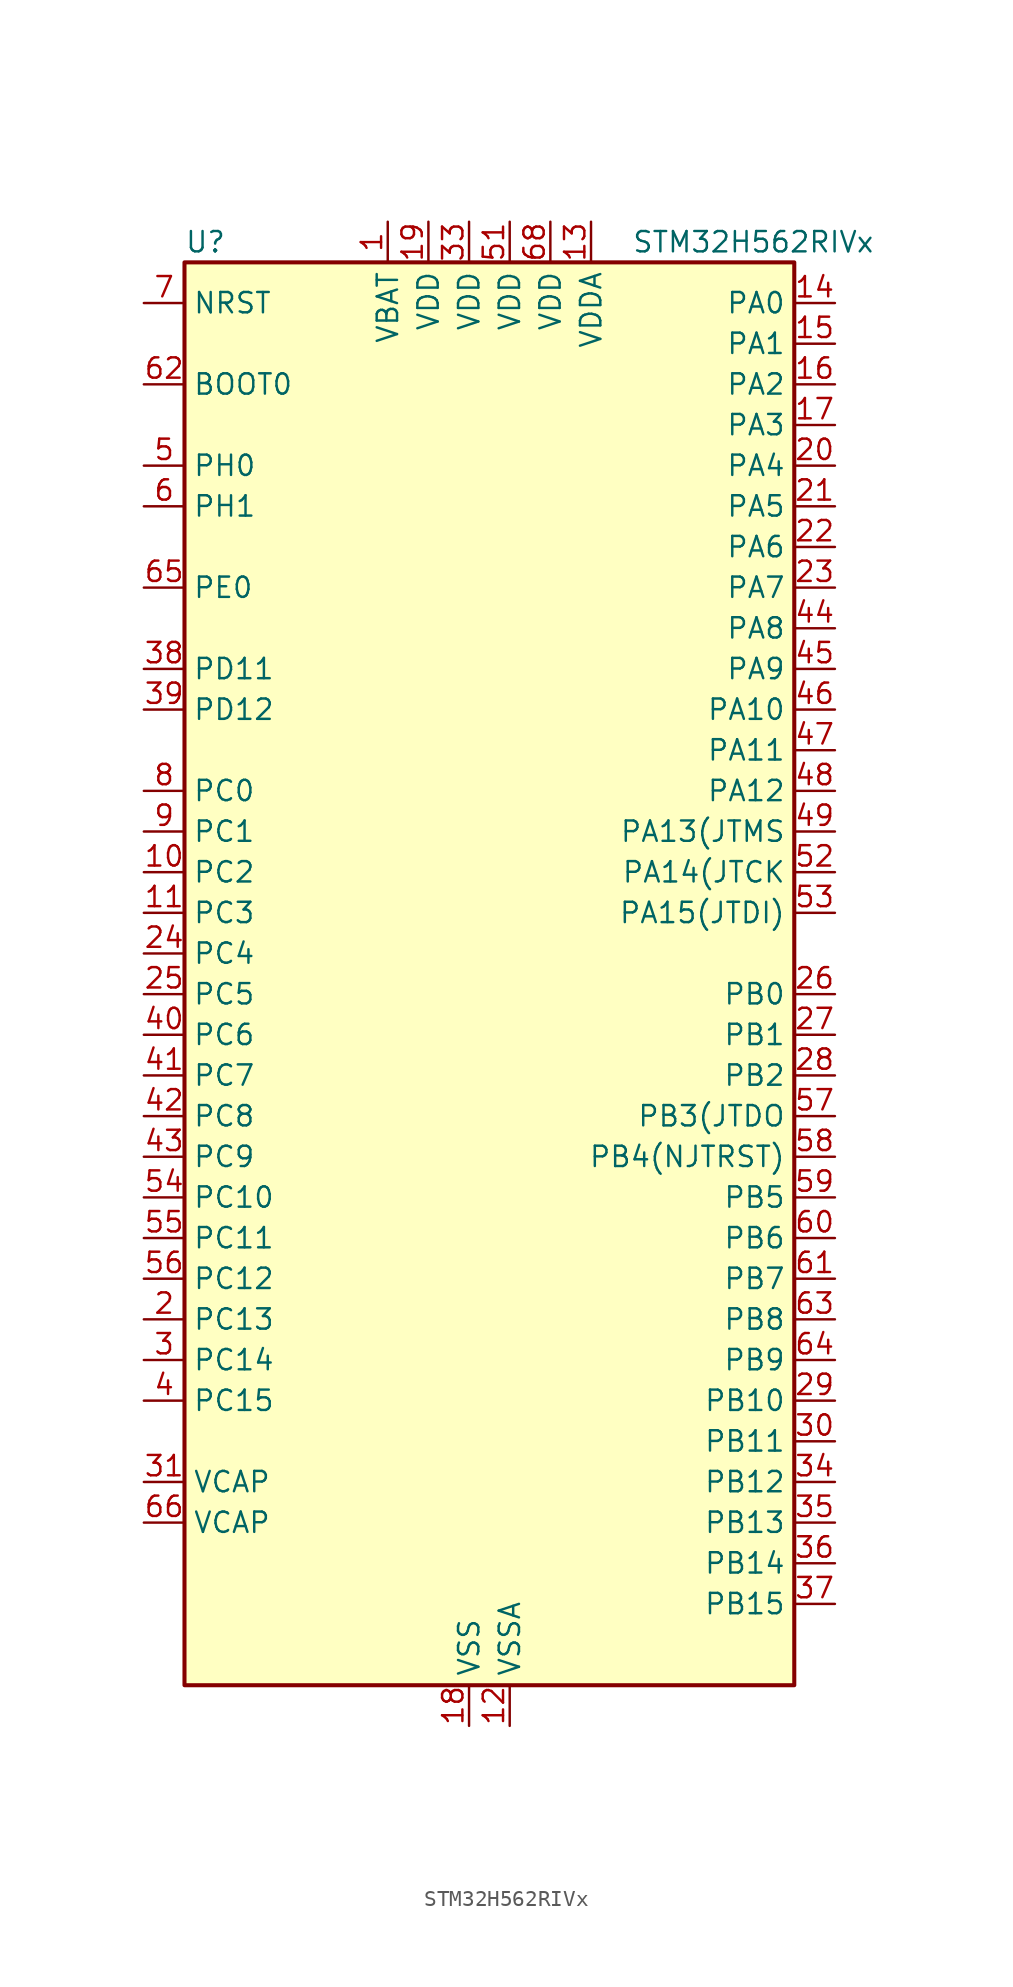
<source format=kicad_sym>
(kicad_symbol_lib
  (version 20231120)
  (generator "kicad-library-utils")
  (generator_version "8.0")
  (symbol "STM32H562RIVx"
    (property "Reference" "U"
      (at -17.78 46.99 0)
      (effects (font (size 1.27 1.27)) (justify left)))
    (property "Value" "STM32H562RIVx"
      (at 10.16 46.99 0)
      (effects (font (size 1.27 1.27)) (justify left)))
    (symbol "STM32H562RIVx_0_1"
      (rectangle (start -17.78 -43.18) (end 20.32 45.72) (stroke (width 0.254) (type default)) (fill (type background))))
    (symbol "STM32H562RIVx_1_1"
      (pin power_in line (at -5.08 48.26 270) (length 2.54) (name "VBAT" (effects (font (size 1.27 1.27)))) (number "1" (effects (font (size 1.27 1.27)))))
      (pin bidirectional line (at -20.32 7.62 0) (length 2.54) (name "PC2" (effects (font (size 1.27 1.27)))) (number "10" (effects (font (size 1.27 1.27)))) (alternate "ADC1_INN11" bidirectional line) (alternate "ADC1_INP12" bidirectional line) (alternate "ADC2_INN11" bidirectional line) (alternate "ADC2_INP12" bidirectional line) (alternate "I2S2_SDI" bidirectional line) (alternate "OCTOSPI1_IO2" bidirectional line) (alternate "OCTOSPI1_IO5" bidirectional line) (alternate "PWR_CSLEEP" bidirectional line) (alternate "SPI2_MISO" bidirectional line) (alternate "TIM17_CH1" bidirectional line) (alternate "TIM4_CH4" bidirectional line))
      (pin bidirectional line (at -20.32 5.08 0) (length 2.54) (name "PC3" (effects (font (size 1.27 1.27)))) (number "11" (effects (font (size 1.27 1.27)))) (alternate "ADC1_INN12" bidirectional line) (alternate "ADC1_INP13" bidirectional line) (alternate "ADC2_INN12" bidirectional line) (alternate "ADC2_INP13" bidirectional line) (alternate "I2S2_SDO" bidirectional line) (alternate "LPTIM3_CH1" bidirectional line) (alternate "OCTOSPI1_IO0" bidirectional line) (alternate "OCTOSPI1_IO6" bidirectional line) (alternate "PWR_CSTOP" bidirectional line) (alternate "SAI1_D3" bidirectional line) (alternate "SPI2_MOSI" bidirectional line))
      (pin power_in line (at 2.54 -45.72 90) (length 2.54) (name "VSSA" (effects (font (size 1.27 1.27)))) (number "12" (effects (font (size 1.27 1.27)))))
      (pin power_in line (at 7.62 48.26 270) (length 2.54) (name "VDDA" (effects (font (size 1.27 1.27)))) (number "13" (effects (font (size 1.27 1.27)))))
      (pin bidirectional line (at 22.86 43.18 180) (length 2.54) (name "PA0" (effects (font (size 1.27 1.27)))) (number "14" (effects (font (size 1.27 1.27)))) (alternate "ADC1_INN1" bidirectional line) (alternate "ADC1_INP0" bidirectional line) (alternate "ADC2_INN1" bidirectional line) (alternate "ADC2_INP0" bidirectional line) (alternate "PWR_WKUP1" bidirectional line) (alternate "SAI2_SD_B" bidirectional line) (alternate "SPI3_RDY" bidirectional line) (alternate "SPI6_NSS" bidirectional line) (alternate "TAMP_IN2" bidirectional line) (alternate "TAMP_OUT1" bidirectional line) (alternate "TIM15_BKIN" bidirectional line) (alternate "TIM2_CH1" bidirectional line) (alternate "TIM2_ETR" bidirectional line) (alternate "TIM5_CH1" bidirectional line) (alternate "TIM8_ETR" bidirectional line) (alternate "UART4_TX" bidirectional line) (alternate "USART2_CTS" bidirectional line) (alternate "USART2_NSS" bidirectional line))
      (pin bidirectional line (at 22.86 40.64 180) (length 2.54) (name "PA1" (effects (font (size 1.27 1.27)))) (number "15" (effects (font (size 1.27 1.27)))) (alternate "ADC1_INP1" bidirectional line) (alternate "ADC2_INP1" bidirectional line) (alternate "LPTIM1_IN1" bidirectional line) (alternate "OCTOSPI1_DQS" bidirectional line) (alternate "OCTOSPI1_IO3" bidirectional line) (alternate "SAI2_MCLK_B" bidirectional line) (alternate "TAMP_IN5" bidirectional line) (alternate "TAMP_OUT4" bidirectional line) (alternate "TIM15_CH1N" bidirectional line) (alternate "TIM2_CH2" bidirectional line) (alternate "TIM5_CH2" bidirectional line) (alternate "UART4_RX" bidirectional line) (alternate "USART2_RTS" bidirectional line))
      (pin bidirectional line (at 22.86 38.1 180) (length 2.54) (name "PA2" (effects (font (size 1.27 1.27)))) (number "16" (effects (font (size 1.27 1.27)))) (alternate "ADC1_INP14" bidirectional line) (alternate "ADC2_INP14" bidirectional line) (alternate "LPTIM1_IN2" bidirectional line) (alternate "PWR_WKUP2" bidirectional line) (alternate "SAI2_SCK_B" bidirectional line) (alternate "TAMP_IN4" bidirectional line) (alternate "TAMP_OUT3" bidirectional line) (alternate "TIM15_CH1" bidirectional line) (alternate "TIM2_CH3" bidirectional line) (alternate "TIM5_CH3" bidirectional line) (alternate "USART2_TX" bidirectional line))
      (pin bidirectional line (at 22.86 35.56 180) (length 2.54) (name "PA3" (effects (font (size 1.27 1.27)))) (number "17" (effects (font (size 1.27 1.27)))) (alternate "ADC1_INP15" bidirectional line) (alternate "ADC2_INP15" bidirectional line) (alternate "I2S2_WS" bidirectional line) (alternate "OCTOSPI1_CLK" bidirectional line) (alternate "SAI1_SD_B" bidirectional line) (alternate "SPI2_NSS" bidirectional line) (alternate "TIM15_CH2" bidirectional line) (alternate "TIM2_CH4" bidirectional line) (alternate "TIM5_CH4" bidirectional line) (alternate "USART2_RX" bidirectional line))
      (pin power_in line (at 0 -45.72 90) (length 2.54) (name "VSS" (effects (font (size 1.27 1.27)))) (number "18" (effects (font (size 1.27 1.27)))))
      (pin power_in line (at -2.54 48.26 270) (length 2.54) (name "VDD" (effects (font (size 1.27 1.27)))) (number "19" (effects (font (size 1.27 1.27)))))
      (pin bidirectional line (at -20.32 -20.32 0) (length 2.54) (name "PC13" (effects (font (size 1.27 1.27)))) (number "2" (effects (font (size 1.27 1.27)))) (alternate "PWR_WKUP4" bidirectional line) (alternate "RTC_OUT1" bidirectional line) (alternate "RTC_TS" bidirectional line) (alternate "TAMP_IN1" bidirectional line) (alternate "TAMP_OUT2" bidirectional line) (alternate "TAMP_OUT3" bidirectional line))
      (pin bidirectional line (at 22.86 33.02 180) (length 2.54) (name "PA4" (effects (font (size 1.27 1.27)))) (number "20" (effects (font (size 1.27 1.27)))) (alternate "ADC1_INP18" bidirectional line) (alternate "ADC2_INP18" bidirectional line) (alternate "DAC1_OUT1" bidirectional line) (alternate "DCMI_HSYNC" bidirectional line) (alternate "I2S1_WS" bidirectional line) (alternate "I2S3_WS" bidirectional line) (alternate "LPTIM2_CH1" bidirectional line) (alternate "PSSI_DE" bidirectional line) (alternate "SPI1_NSS" bidirectional line) (alternate "SPI3_NSS" bidirectional line) (alternate "SPI6_NSS" bidirectional line) (alternate "TIM5_ETR" bidirectional line) (alternate "USART2_CK" bidirectional line))
      (pin bidirectional line (at 22.86 30.48 180) (length 2.54) (name "PA5" (effects (font (size 1.27 1.27)))) (number "21" (effects (font (size 1.27 1.27)))) (alternate "ADC1_INN18" bidirectional line) (alternate "ADC1_INP19" bidirectional line) (alternate "ADC2_INN18" bidirectional line) (alternate "ADC2_INP19" bidirectional line) (alternate "DAC1_OUT2" bidirectional line) (alternate "I2S1_CK" bidirectional line) (alternate "PSSI_D14" bidirectional line) (alternate "SPI1_SCK" bidirectional line) (alternate "SPI6_SCK" bidirectional line) (alternate "TIM2_CH1" bidirectional line) (alternate "TIM2_ETR" bidirectional line) (alternate "TIM8_CH1N" bidirectional line))
      (pin bidirectional line (at 22.86 27.94 180) (length 2.54) (name "PA6" (effects (font (size 1.27 1.27)))) (number "22" (effects (font (size 1.27 1.27)))) (alternate "ADC1_INP3" bidirectional line) (alternate "ADC2_INP3" bidirectional line) (alternate "DCMI_PIXCLK" bidirectional line) (alternate "I2S1_SDI" bidirectional line) (alternate "OCTOSPI1_IO3" bidirectional line) (alternate "PSSI_PDCK" bidirectional line) (alternate "SPI1_MISO" bidirectional line) (alternate "SPI6_MISO" bidirectional line) (alternate "TIM13_CH1" bidirectional line) (alternate "TIM1_BKIN" bidirectional line) (alternate "TIM3_CH1" bidirectional line) (alternate "TIM8_BKIN" bidirectional line) (alternate "USART11_TX" bidirectional line))
      (pin bidirectional line (at 22.86 25.4 180) (length 2.54) (name "PA7" (effects (font (size 1.27 1.27)))) (number "23" (effects (font (size 1.27 1.27)))) (alternate "ADC1_INN3" bidirectional line) (alternate "ADC1_INP7" bidirectional line) (alternate "ADC2_INN3" bidirectional line) (alternate "ADC2_INP7" bidirectional line) (alternate "I2S1_SDO" bidirectional line) (alternate "OCTOSPI1_IO2" bidirectional line) (alternate "SPI1_MOSI" bidirectional line) (alternate "SPI6_MOSI" bidirectional line) (alternate "TIM14_CH1" bidirectional line) (alternate "TIM1_CH1N" bidirectional line) (alternate "TIM3_CH2" bidirectional line) (alternate "TIM8_CH1N" bidirectional line) (alternate "USART11_RX" bidirectional line))
      (pin bidirectional line (at -20.32 2.54 0) (length 2.54) (name "PC4" (effects (font (size 1.27 1.27)))) (number "24" (effects (font (size 1.27 1.27)))) (alternate "ADC1_INP4" bidirectional line) (alternate "ADC2_INP4" bidirectional line) (alternate "I2S1_MCK" bidirectional line) (alternate "LPTIM2_ETR" bidirectional line) (alternate "SAI1_CK1" bidirectional line) (alternate "TIM2_CH4" bidirectional line) (alternate "USART3_RX" bidirectional line))
      (pin bidirectional line (at -20.32 0 0) (length 2.54) (name "PC5" (effects (font (size 1.27 1.27)))) (number "25" (effects (font (size 1.27 1.27)))) (alternate "ADC1_INN4" bidirectional line) (alternate "ADC1_INP8" bidirectional line) (alternate "ADC2_INN4" bidirectional line) (alternate "ADC2_INP8" bidirectional line) (alternate "OCTOSPI1_DQS" bidirectional line) (alternate "PSSI_D15" bidirectional line) (alternate "SAI1_D3" bidirectional line) (alternate "SAI1_FS_A" bidirectional line) (alternate "TIM1_CH4N" bidirectional line))
      (pin bidirectional line (at 22.86 0 180) (length 2.54) (name "PB0" (effects (font (size 1.27 1.27)))) (number "26" (effects (font (size 1.27 1.27)))) (alternate "ADC1_INN5" bidirectional line) (alternate "ADC1_INP9" bidirectional line) (alternate "ADC2_INN5" bidirectional line) (alternate "ADC2_INP9" bidirectional line) (alternate "LPTIM3_CH1" bidirectional line) (alternate "OCTOSPI1_IO1" bidirectional line) (alternate "TIM1_CH2N" bidirectional line) (alternate "TIM3_CH3" bidirectional line) (alternate "TIM8_CH2N" bidirectional line) (alternate "UART4_CTS" bidirectional line) (alternate "USART11_CK" bidirectional line))
      (pin bidirectional line (at 22.86 -2.54 180) (length 2.54) (name "PB1" (effects (font (size 1.27 1.27)))) (number "27" (effects (font (size 1.27 1.27)))) (alternate "ADC1_INP5" bidirectional line) (alternate "ADC2_INP5" bidirectional line) (alternate "LPTIM3_CH2" bidirectional line) (alternate "OCTOSPI1_IO0" bidirectional line) (alternate "TIM1_CH3N" bidirectional line) (alternate "TIM3_CH4" bidirectional line) (alternate "TIM8_CH3N" bidirectional line))
      (pin bidirectional line (at 22.86 -5.08 180) (length 2.54) (name "PB2" (effects (font (size 1.27 1.27)))) (number "28" (effects (font (size 1.27 1.27)))) (alternate "I2S3_SDO" bidirectional line) (alternate "LPTIM1_CH1" bidirectional line) (alternate "LPTIM5_ETR" bidirectional line) (alternate "OCTOSPI1_CLK" bidirectional line) (alternate "OCTOSPI1_DQS" bidirectional line) (alternate "RCC_LSCO" bidirectional line) (alternate "RTC_OUT2" bidirectional line) (alternate "SAI1_D1" bidirectional line) (alternate "SAI1_SD_A" bidirectional line) (alternate "SDMMC1_CMD" bidirectional line) (alternate "SPI1_RDY" bidirectional line) (alternate "SPI3_MOSI" bidirectional line) (alternate "TIM8_CH4N" bidirectional line))
      (pin bidirectional line (at 22.86 -25.4 180) (length 2.54) (name "PB10" (effects (font (size 1.27 1.27)))) (number "29" (effects (font (size 1.27 1.27)))) (alternate "I2C2_SCL" bidirectional line) (alternate "I2S2_CK" bidirectional line) (alternate "LPTIM2_IN1" bidirectional line) (alternate "LPTIM3_CH1" bidirectional line) (alternate "OCTOSPI1_NCS" bidirectional line) (alternate "SPI2_SCK" bidirectional line) (alternate "TIM2_CH3" bidirectional line) (alternate "USART3_TX" bidirectional line))
      (pin bidirectional line (at -20.32 -22.86 0) (length 2.54) (name "PC14" (effects (font (size 1.27 1.27)))) (number "3" (effects (font (size 1.27 1.27)))) (alternate "RCC_OSC32_IN" bidirectional line))
      (pin bidirectional line (at 22.86 -27.94 180) (length 2.54) (name "PB11" (effects (font (size 1.27 1.27)))) (number "30" (effects (font (size 1.27 1.27)))) (alternate "ADC1_EXTI11" bidirectional line) (alternate "ADC2_EXTI11" bidirectional line) (alternate "I2C2_SDA" bidirectional line) (alternate "LPTIM2_ETR" bidirectional line) (alternate "SPI2_RDY" bidirectional line) (alternate "TIM2_CH4" bidirectional line) (alternate "USART3_RX" bidirectional line))
      (pin power_out line (at -20.32 -30.48 0) (length 2.54) (name "VCAP" (effects (font (size 1.27 1.27)))) (number "31" (effects (font (size 1.27 1.27)))))
      (pin passive line (at 0 -45.72 90) (length 2.54) hide (name "VSS" (effects (font (size 1.27 1.27)))) (number "32" (effects (font (size 1.27 1.27)))))
      (pin power_in line (at 0 48.26 270) (length 2.54) (name "VDD" (effects (font (size 1.27 1.27)))) (number "33" (effects (font (size 1.27 1.27)))))
      (pin bidirectional line (at 22.86 -30.48 180) (length 2.54) (name "PB12" (effects (font (size 1.27 1.27)))) (number "34" (effects (font (size 1.27 1.27)))) (alternate "I2C2_SDA" bidirectional line) (alternate "I2S2_WS" bidirectional line) (alternate "OCTOSPI1_NCLK" bidirectional line) (alternate "SPI2_NSS" bidirectional line) (alternate "TIM1_BKIN" bidirectional line) (alternate "UART5_RX" bidirectional line) (alternate "UCPD1_FRSTX" bidirectional line) (alternate "USART3_CK" bidirectional line))
      (pin bidirectional line (at 22.86 -33.02 180) (length 2.54) (name "PB13" (effects (font (size 1.27 1.27)))) (number "35" (effects (font (size 1.27 1.27)))) (alternate "I2C2_SMBA" bidirectional line) (alternate "I2S2_CK" bidirectional line) (alternate "LPTIM2_CH1" bidirectional line) (alternate "LPTIM3_IN1" bidirectional line) (alternate "SDMMC1_D0" bidirectional line) (alternate "SPI2_SCK" bidirectional line) (alternate "TIM1_CH1N" bidirectional line) (alternate "UART5_TX" bidirectional line) (alternate "UCPD1_CC1" bidirectional line) (alternate "USART3_CTS" bidirectional line) (alternate "USART3_NSS" bidirectional line))
      (pin bidirectional line (at 22.86 -35.56 180) (length 2.54) (name "PB14" (effects (font (size 1.27 1.27)))) (number "36" (effects (font (size 1.27 1.27)))) (alternate "I2S2_SDI" bidirectional line) (alternate "LPTIM3_ETR" bidirectional line) (alternate "SPI2_MISO" bidirectional line) (alternate "TIM12_CH1" bidirectional line) (alternate "TIM1_CH2N" bidirectional line) (alternate "TIM8_CH2N" bidirectional line) (alternate "UART4_DE" bidirectional line) (alternate "UART4_RTS" bidirectional line) (alternate "UCPD1_CC2" bidirectional line) (alternate "USART1_TX" bidirectional line) (alternate "USART3_RTS" bidirectional line))
      (pin bidirectional line (at 22.86 -38.1 180) (length 2.54) (name "PB15" (effects (font (size 1.27 1.27)))) (number "37" (effects (font (size 1.27 1.27)))) (alternate "ADC1_EXTI15" bidirectional line) (alternate "ADC2_EXTI15" bidirectional line) (alternate "DCMI_D2" bidirectional line) (alternate "I2S2_SDO" bidirectional line) (alternate "OCTOSPI1_CLK" bidirectional line) (alternate "PSSI_D2" bidirectional line) (alternate "PWR_PVD_IN" bidirectional line) (alternate "RTC_REFIN" bidirectional line) (alternate "SPI2_MOSI" bidirectional line) (alternate "TIM12_CH2" bidirectional line) (alternate "TIM1_CH3N" bidirectional line) (alternate "TIM8_CH3N" bidirectional line) (alternate "UART4_CTS" bidirectional line) (alternate "UART5_RX" bidirectional line) (alternate "USART11_CTS" bidirectional line) (alternate "USART11_NSS" bidirectional line) (alternate "USART1_RX" bidirectional line))
      (pin bidirectional line (at -20.32 20.32 0) (length 2.54) (name "PD11" (effects (font (size 1.27 1.27)))) (number "38" (effects (font (size 1.27 1.27)))) (alternate "ADC1_EXTI11" bidirectional line) (alternate "ADC2_EXTI11" bidirectional line) (alternate "I2C4_SMBA" bidirectional line) (alternate "LPTIM2_IN2" bidirectional line) (alternate "OCTOSPI1_IO0" bidirectional line) (alternate "SAI1_CK1" bidirectional line) (alternate "SAI2_SD_A" bidirectional line) (alternate "UART4_RX" bidirectional line) (alternate "USART3_CTS" bidirectional line) (alternate "USART3_NSS" bidirectional line))
      (pin bidirectional line (at -20.32 17.78 0) (length 2.54) (name "PD12" (effects (font (size 1.27 1.27)))) (number "39" (effects (font (size 1.27 1.27)))) (alternate "DCMI_D12" bidirectional line) (alternate "I2C4_SCL" bidirectional line) (alternate "I3C1_SCL" bidirectional line) (alternate "LPTIM1_IN1" bidirectional line) (alternate "LPTIM2_IN1" bidirectional line) (alternate "OCTOSPI1_IO1" bidirectional line) (alternate "PSSI_D12" bidirectional line) (alternate "SAI1_D1" bidirectional line) (alternate "SAI2_FS_A" bidirectional line) (alternate "TIM4_CH1" bidirectional line) (alternate "UART4_TX" bidirectional line) (alternate "USART3_RTS" bidirectional line))
      (pin bidirectional line (at -20.32 -25.4 0) (length 2.54) (name "PC15" (effects (font (size 1.27 1.27)))) (number "4" (effects (font (size 1.27 1.27)))) (alternate "ADC1_EXTI15" bidirectional line) (alternate "ADC2_EXTI15" bidirectional line) (alternate "RCC_OSC32_OUT" bidirectional line))
      (pin bidirectional line (at -20.32 -2.54 0) (length 2.54) (name "PC6" (effects (font (size 1.27 1.27)))) (number "40" (effects (font (size 1.27 1.27)))) (alternate "DCMI_D0" bidirectional line) (alternate "I2S2_MCK" bidirectional line) (alternate "OCTOSPI1_IO5" bidirectional line) (alternate "PSSI_D0" bidirectional line) (alternate "SAI1_SCK_A" bidirectional line) (alternate "SDMMC1_D0DIR" bidirectional line) (alternate "SDMMC1_D6" bidirectional line) (alternate "TIM3_CH1" bidirectional line) (alternate "TIM8_CH1" bidirectional line) (alternate "USART6_TX" bidirectional line))
      (pin bidirectional line (at -20.32 -5.08 0) (length 2.54) (name "PC7" (effects (font (size 1.27 1.27)))) (number "41" (effects (font (size 1.27 1.27)))) (alternate "DCMI_D1" bidirectional line) (alternate "DEBUG_TRGIO" bidirectional line) (alternate "I2S3_MCK" bidirectional line) (alternate "OCTOSPI1_IO6" bidirectional line) (alternate "PSSI_D1" bidirectional line) (alternate "SDMMC1_D123DIR" bidirectional line) (alternate "SDMMC1_D7" bidirectional line) (alternate "TIM3_CH2" bidirectional line) (alternate "TIM8_CH2" bidirectional line) (alternate "USART6_RX" bidirectional line))
      (pin bidirectional line (at -20.32 -7.62 0) (length 2.54) (name "PC8" (effects (font (size 1.27 1.27)))) (number "42" (effects (font (size 1.27 1.27)))) (alternate "DCMI_D2" bidirectional line) (alternate "DEBUG_TRACED1" bidirectional line) (alternate "PSSI_D2" bidirectional line) (alternate "SDMMC1_D0" bidirectional line) (alternate "TIM3_CH3" bidirectional line) (alternate "TIM8_CH3" bidirectional line) (alternate "UART5_DE" bidirectional line) (alternate "UART5_RTS" bidirectional line) (alternate "USART6_CK" bidirectional line))
      (pin bidirectional line (at -20.32 -10.16 0) (length 2.54) (name "PC9" (effects (font (size 1.27 1.27)))) (number "43" (effects (font (size 1.27 1.27)))) (alternate "AUDIOCLK" bidirectional line) (alternate "DAC1_EXTI9" bidirectional line) (alternate "DCMI_D3" bidirectional line) (alternate "I2C3_SDA" bidirectional line) (alternate "OCTOSPI1_IO0" bidirectional line) (alternate "PSSI_D3" bidirectional line) (alternate "RCC_MCO_2" bidirectional line) (alternate "SDMMC1_D1" bidirectional line) (alternate "TIM3_CH4" bidirectional line) (alternate "TIM8_CH4" bidirectional line) (alternate "UART5_CTS" bidirectional line) (alternate "UCPD1_DB2" bidirectional line))
      (pin bidirectional line (at 22.86 22.86 180) (length 2.54) (name "PA8" (effects (font (size 1.27 1.27)))) (number "44" (effects (font (size 1.27 1.27)))) (alternate "DCMI_D3" bidirectional line) (alternate "I2C3_SCL" bidirectional line) (alternate "PSSI_D3" bidirectional line) (alternate "RCC_MCO_1" bidirectional line) (alternate "SPI1_RDY" bidirectional line) (alternate "TIM1_CH1" bidirectional line) (alternate "TIM8_BKIN2" bidirectional line) (alternate "UART7_RX" bidirectional line) (alternate "USART1_CK" bidirectional line) (alternate "USB_SOF" bidirectional line))
      (pin bidirectional line (at 22.86 20.32 180) (length 2.54) (name "PA9" (effects (font (size 1.27 1.27)))) (number "45" (effects (font (size 1.27 1.27)))) (alternate "DAC1_EXTI9" bidirectional line) (alternate "DCMI_D0" bidirectional line) (alternate "I2C3_SMBA" bidirectional line) (alternate "I2S2_CK" bidirectional line) (alternate "LPUART1_TX" bidirectional line) (alternate "PSSI_D0" bidirectional line) (alternate "SPI2_SCK" bidirectional line) (alternate "TIM1_CH2" bidirectional line) (alternate "UCPD1_DB1" bidirectional line) (alternate "USART1_TX" bidirectional line))
      (pin bidirectional line (at 22.86 17.78 180) (length 2.54) (name "PA10" (effects (font (size 1.27 1.27)))) (number "46" (effects (font (size 1.27 1.27)))) (alternate "DCMI_D1" bidirectional line) (alternate "LPTIM2_IN2" bidirectional line) (alternate "LPUART1_RX" bidirectional line) (alternate "PSSI_D1" bidirectional line) (alternate "SDMMC1_D0" bidirectional line) (alternate "TIM1_CH3" bidirectional line) (alternate "UCPD1_FRSTX" bidirectional line) (alternate "USART1_RX" bidirectional line))
      (pin bidirectional line (at 22.86 15.24 180) (length 2.54) (name "PA11" (effects (font (size 1.27 1.27)))) (number "47" (effects (font (size 1.27 1.27)))) (alternate "ADC1_EXTI11" bidirectional line) (alternate "ADC2_EXTI11" bidirectional line) (alternate "FDCAN1_RX" bidirectional line) (alternate "I2S2_WS" bidirectional line) (alternate "LPUART1_CTS" bidirectional line) (alternate "SPI2_NSS" bidirectional line) (alternate "TIM1_CH4" bidirectional line) (alternate "UART4_RX" bidirectional line) (alternate "USART1_CTS" bidirectional line) (alternate "USART1_NSS" bidirectional line) (alternate "USB_DM" bidirectional line))
      (pin bidirectional line (at 22.86 12.7 180) (length 2.54) (name "PA12" (effects (font (size 1.27 1.27)))) (number "48" (effects (font (size 1.27 1.27)))) (alternate "FDCAN1_TX" bidirectional line) (alternate "I2S2_CK" bidirectional line) (alternate "LPUART1_RTS" bidirectional line) (alternate "SAI2_FS_B" bidirectional line) (alternate "SPI2_SCK" bidirectional line) (alternate "TIM1_ETR" bidirectional line) (alternate "UART4_TX" bidirectional line) (alternate "USART1_RTS" bidirectional line) (alternate "USB_DP" bidirectional line))
      (pin bidirectional line (at 22.86 10.16 180) (length 2.54) (name "PA13(JTMS" (effects (font (size 1.27 1.27)))) (number "49" (effects (font (size 1.27 1.27)))) (alternate "DEBUG_JTMS-SWDIO" bidirectional line))
      (pin bidirectional line (at -20.32 33.02 0) (length 2.54) (name "PH0" (effects (font (size 1.27 1.27)))) (number "5" (effects (font (size 1.27 1.27)))) (alternate "RCC_OSC_IN" bidirectional line))
      (pin passive line (at 0 -45.72 90) (length 2.54) hide (name "VSS" (effects (font (size 1.27 1.27)))) (number "50" (effects (font (size 1.27 1.27)))))
      (pin power_in line (at 2.54 48.26 270) (length 2.54) (name "VDD" (effects (font (size 1.27 1.27)))) (number "51" (effects (font (size 1.27 1.27)))))
      (pin bidirectional line (at 22.86 7.62 180) (length 2.54) (name "PA14(JTCK" (effects (font (size 1.27 1.27)))) (number "52" (effects (font (size 1.27 1.27)))) (alternate "DEBUG_JTCK-SWCLK" bidirectional line))
      (pin bidirectional line (at 22.86 5.08 180) (length 2.54) (name "PA15(JTDI)" (effects (font (size 1.27 1.27)))) (number "53" (effects (font (size 1.27 1.27)))) (alternate "ADC1_EXTI15" bidirectional line) (alternate "ADC2_EXTI15" bidirectional line) (alternate "CEC" bidirectional line) (alternate "DCMI_D11" bidirectional line) (alternate "DEBUG_JTDI" bidirectional line) (alternate "I2S1_WS" bidirectional line) (alternate "I2S3_WS" bidirectional line) (alternate "LPTIM3_IN2" bidirectional line) (alternate "PSSI_D11" bidirectional line) (alternate "SPI1_NSS" bidirectional line) (alternate "SPI3_NSS" bidirectional line) (alternate "SPI6_NSS" bidirectional line) (alternate "TIM2_CH1" bidirectional line) (alternate "TIM2_ETR" bidirectional line) (alternate "UART4_DE" bidirectional line) (alternate "UART4_RTS" bidirectional line) (alternate "UART7_TX" bidirectional line))
      (pin bidirectional line (at -20.32 -12.7 0) (length 2.54) (name "PC10" (effects (font (size 1.27 1.27)))) (number "54" (effects (font (size 1.27 1.27)))) (alternate "DCMI_D8" bidirectional line) (alternate "I2S3_CK" bidirectional line) (alternate "LPTIM3_ETR" bidirectional line) (alternate "OCTOSPI1_IO1" bidirectional line) (alternate "PSSI_D8" bidirectional line) (alternate "SDMMC1_D2" bidirectional line) (alternate "SPI3_SCK" bidirectional line) (alternate "UART4_TX" bidirectional line) (alternate "USART3_TX" bidirectional line))
      (pin bidirectional line (at -20.32 -15.24 0) (length 2.54) (name "PC11" (effects (font (size 1.27 1.27)))) (number "55" (effects (font (size 1.27 1.27)))) (alternate "ADC1_EXTI11" bidirectional line) (alternate "ADC2_EXTI11" bidirectional line) (alternate "DCMI_D4" bidirectional line) (alternate "I2S3_SDI" bidirectional line) (alternate "LPTIM3_IN1" bidirectional line) (alternate "OCTOSPI1_NCS" bidirectional line) (alternate "PSSI_D4" bidirectional line) (alternate "SDMMC1_D3" bidirectional line) (alternate "SPI3_MISO" bidirectional line) (alternate "UART4_RX" bidirectional line) (alternate "USART3_RX" bidirectional line))
      (pin bidirectional line (at -20.32 -17.78 0) (length 2.54) (name "PC12" (effects (font (size 1.27 1.27)))) (number "56" (effects (font (size 1.27 1.27)))) (alternate "DCMI_D9" bidirectional line) (alternate "DEBUG_TRACED3" bidirectional line) (alternate "I2S3_SDO" bidirectional line) (alternate "PSSI_D9" bidirectional line) (alternate "SDMMC1_CK" bidirectional line) (alternate "SPI3_MOSI" bidirectional line) (alternate "SPI6_SCK" bidirectional line) (alternate "TIM15_CH1" bidirectional line) (alternate "UART5_TX" bidirectional line) (alternate "USART3_CK" bidirectional line))
      (pin bidirectional line (at 22.86 -7.62 180) (length 2.54) (name "PB3(JTDO" (effects (font (size 1.27 1.27)))) (number "57" (effects (font (size 1.27 1.27)))) (alternate "CRS_SYNC" bidirectional line) (alternate "DEBUG_JTDO-SWO" bidirectional line) (alternate "I2C2_SDA" bidirectional line) (alternate "I2S1_CK" bidirectional line) (alternate "I2S3_CK" bidirectional line) (alternate "LPTIM6_ETR" bidirectional line) (alternate "SPI1_SCK" bidirectional line) (alternate "SPI3_SCK" bidirectional line) (alternate "SPI6_SCK" bidirectional line) (alternate "TIM2_CH2" bidirectional line) (alternate "UART7_RX" bidirectional line))
      (pin bidirectional line (at 22.86 -10.16 180) (length 2.54) (name "PB4(NJTRST)" (effects (font (size 1.27 1.27)))) (number "58" (effects (font (size 1.27 1.27)))) (alternate "DCMI_D7" bidirectional line) (alternate "DEBUG_JTRST" bidirectional line) (alternate "I2S1_SDI" bidirectional line) (alternate "I2S2_WS" bidirectional line) (alternate "I2S3_SDI" bidirectional line) (alternate "LPTIM1_CH2" bidirectional line) (alternate "OCTOSPI1_CLK" bidirectional line) (alternate "PSSI_D7" bidirectional line) (alternate "SPI1_MISO" bidirectional line) (alternate "SPI2_NSS" bidirectional line) (alternate "SPI3_MISO" bidirectional line) (alternate "SPI6_MISO" bidirectional line) (alternate "TIM16_BKIN" bidirectional line) (alternate "TIM3_CH1" bidirectional line) (alternate "UART7_TX" bidirectional line))
      (pin bidirectional line (at 22.86 -12.7 180) (length 2.54) (name "PB5" (effects (font (size 1.27 1.27)))) (number "59" (effects (font (size 1.27 1.27)))) (alternate "DCMI_D10" bidirectional line) (alternate "I2C1_SMBA" bidirectional line) (alternate "I2C4_SMBA" bidirectional line) (alternate "I2S1_SDO" bidirectional line) (alternate "I2S3_SDO" bidirectional line) (alternate "OCTOSPI1_NCLK" bidirectional line) (alternate "PSSI_D10" bidirectional line) (alternate "SPI1_MOSI" bidirectional line) (alternate "SPI3_MOSI" bidirectional line) (alternate "SPI6_MOSI" bidirectional line) (alternate "TIM17_BKIN" bidirectional line) (alternate "TIM3_CH2" bidirectional line) (alternate "UART5_RX" bidirectional line))
      (pin bidirectional line (at -20.32 30.48 0) (length 2.54) (name "PH1" (effects (font (size 1.27 1.27)))) (number "6" (effects (font (size 1.27 1.27)))) (alternate "RCC_OSC_OUT" bidirectional line))
      (pin bidirectional line (at 22.86 -15.24 180) (length 2.54) (name "PB6" (effects (font (size 1.27 1.27)))) (number "60" (effects (font (size 1.27 1.27)))) (alternate "CEC" bidirectional line) (alternate "DCMI_D5" bidirectional line) (alternate "I2C1_SCL" bidirectional line) (alternate "I2C4_SCL" bidirectional line) (alternate "I3C1_SCL" bidirectional line) (alternate "LPUART1_TX" bidirectional line) (alternate "OCTOSPI1_NCS" bidirectional line) (alternate "PSSI_D5" bidirectional line) (alternate "TIM16_CH1N" bidirectional line) (alternate "TIM4_CH1" bidirectional line) (alternate "UART5_TX" bidirectional line) (alternate "USART1_TX" bidirectional line))
      (pin bidirectional line (at 22.86 -17.78 180) (length 2.54) (name "PB7" (effects (font (size 1.27 1.27)))) (number "61" (effects (font (size 1.27 1.27)))) (alternate "DCMI_VSYNC" bidirectional line) (alternate "FDCAN1_TX" bidirectional line) (alternate "I2C1_SDA" bidirectional line) (alternate "I2C4_SDA" bidirectional line) (alternate "I3C1_SDA" bidirectional line) (alternate "LPUART1_RX" bidirectional line) (alternate "PSSI_RDY" bidirectional line) (alternate "PWR_WKUP5" bidirectional line) (alternate "TIM17_CH1N" bidirectional line) (alternate "TIM4_CH2" bidirectional line) (alternate "USART1_RX" bidirectional line))
      (pin input line (at -20.32 38.1 0) (length 2.54) (name "BOOT0" (effects (font (size 1.27 1.27)))) (number "62" (effects (font (size 1.27 1.27)))))
      (pin bidirectional line (at 22.86 -20.32 180) (length 2.54) (name "PB8" (effects (font (size 1.27 1.27)))) (number "63" (effects (font (size 1.27 1.27)))) (alternate "DCMI_D6" bidirectional line) (alternate "FDCAN1_RX" bidirectional line) (alternate "I2C1_SCL" bidirectional line) (alternate "I2C4_SCL" bidirectional line) (alternate "I3C1_SCL" bidirectional line) (alternate "PSSI_D6" bidirectional line) (alternate "SDMMC1_CKIN" bidirectional line) (alternate "SDMMC1_D4" bidirectional line) (alternate "TIM16_CH1" bidirectional line) (alternate "TIM4_CH3" bidirectional line) (alternate "UART4_RX" bidirectional line))
      (pin bidirectional line (at 22.86 -22.86 180) (length 2.54) (name "PB9" (effects (font (size 1.27 1.27)))) (number "64" (effects (font (size 1.27 1.27)))) (alternate "DAC1_EXTI9" bidirectional line) (alternate "DCMI_D7" bidirectional line) (alternate "FDCAN1_TX" bidirectional line) (alternate "I2C1_SDA" bidirectional line) (alternate "I2C4_SDA" bidirectional line) (alternate "I2S2_WS" bidirectional line) (alternate "I3C1_SDA" bidirectional line) (alternate "PSSI_D7" bidirectional line) (alternate "SDMMC1_CDIR" bidirectional line) (alternate "SDMMC1_D5" bidirectional line) (alternate "SPI2_NSS" bidirectional line) (alternate "TIM17_CH1" bidirectional line) (alternate "TIM4_CH4" bidirectional line) (alternate "UART4_TX" bidirectional line))
      (pin bidirectional line (at -20.32 25.4 0) (length 2.54) (name "PE0" (effects (font (size 1.27 1.27)))) (number "65" (effects (font (size 1.27 1.27)))) (alternate "DCMI_D2" bidirectional line) (alternate "FDCAN1_RX" bidirectional line) (alternate "LPTIM1_ETR" bidirectional line) (alternate "LPTIM2_CH2" bidirectional line) (alternate "LPTIM2_ETR" bidirectional line) (alternate "PSSI_D2" bidirectional line) (alternate "SAI2_MCLK_A" bidirectional line) (alternate "SPI3_RDY" bidirectional line) (alternate "TIM4_ETR" bidirectional line))
      (pin power_out line (at -20.32 -33.02 0) (length 2.54) (name "VCAP" (effects (font (size 1.27 1.27)))) (number "66" (effects (font (size 1.27 1.27)))))
      (pin passive line (at 0 -45.72 90) (length 2.54) hide (name "VSS" (effects (font (size 1.27 1.27)))) (number "67" (effects (font (size 1.27 1.27)))))
      (pin power_in line (at 5.08 48.26 270) (length 2.54) (name "VDD" (effects (font (size 1.27 1.27)))) (number "68" (effects (font (size 1.27 1.27)))))
      (pin passive line (at 0 -45.72 90) (length 2.54) hide (name "VSS" (effects (font (size 1.27 1.27)))) (number "69" (effects (font (size 1.27 1.27)))))
      (pin input line (at -20.32 43.18 0) (length 2.54) (name "NRST" (effects (font (size 1.27 1.27)))) (number "7" (effects (font (size 1.27 1.27)))))
      (pin bidirectional line (at -20.32 12.7 0) (length 2.54) (name "PC0" (effects (font (size 1.27 1.27)))) (number "8" (effects (font (size 1.27 1.27)))) (alternate "ADC1_INP10" bidirectional line) (alternate "ADC2_INP10" bidirectional line) (alternate "OCTOSPI1_IO7" bidirectional line) (alternate "SAI1_MCLK_A" bidirectional line) (alternate "SAI2_FS_B" bidirectional line) (alternate "SPI2_RDY" bidirectional line) (alternate "TIM16_BKIN" bidirectional line))
      (pin bidirectional line (at -20.32 10.16 0) (length 2.54) (name "PC1" (effects (font (size 1.27 1.27)))) (number "9" (effects (font (size 1.27 1.27)))) (alternate "ADC1_INN10" bidirectional line) (alternate "ADC1_INP11" bidirectional line) (alternate "ADC2_INN10" bidirectional line) (alternate "ADC2_INP11" bidirectional line) (alternate "DEBUG_TRACED0" bidirectional line) (alternate "I2S2_SDO" bidirectional line) (alternate "OCTOSPI1_IO4" bidirectional line) (alternate "PWR_WKUP6" bidirectional line) (alternate "SAI1_D1" bidirectional line) (alternate "SAI1_SD_A" bidirectional line) (alternate "SAI2_SD_A" bidirectional line) (alternate "SPI2_MOSI" bidirectional line) (alternate "TAMP_IN3" bidirectional line) (alternate "TAMP_OUT5" bidirectional line) (alternate "USART11_RTS" bidirectional line)))))
</source>
